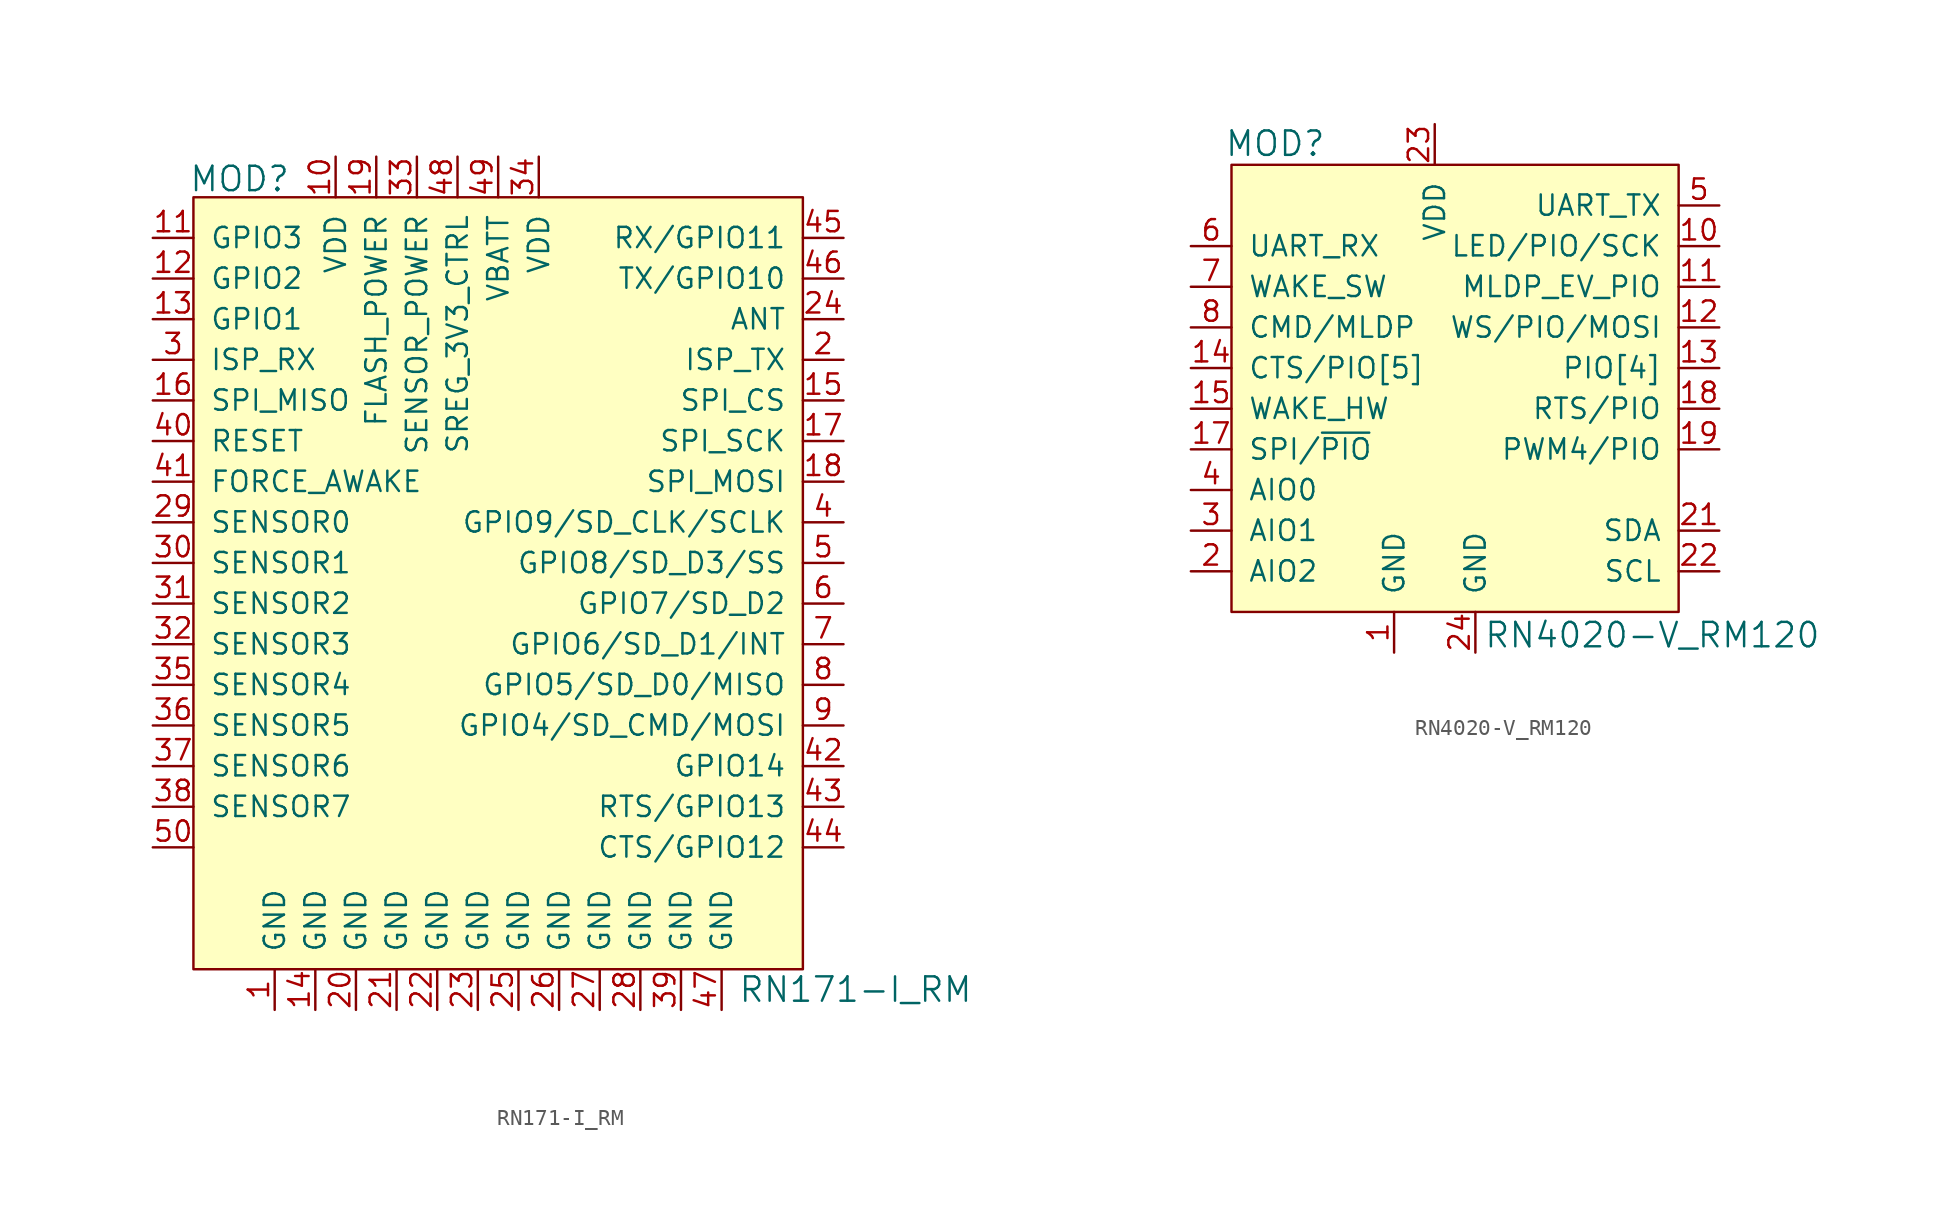
<source format=kicad_sym>
(kicad_symbol_lib
  (version 20201005)
  (generator kicad_symbol_editor)
  (symbol "RN171-I_RM"
    (pin_names
      (offset 1.016))
    (property "Reference" "MOD"
      (at -14.249 16.383 0)
      (effects (font (size 1.524 1.524)) (justify right)))
    (property "Value" "RN171-I_RM"
      (at 13.716 -34.29 0)
      (effects (font (size 1.524 1.524)) (justify left)))
    (symbol "RN171-I_RM_1_1"
      (rectangle (start -20.32 15.24) (end 17.78 -33.02) (stroke (width 0)) (fill (type background)))
      (pin power_in line (at -15.24 -35.56 90) (length 2.54) (name "GND" (effects (font (size 1.27 1.27)))) (number "1" (effects (font (size 1.27 1.27)))))
      (pin output line (at 20.32 5.08 180) (length 2.54) (name "ISP_TX" (effects (font (size 1.27 1.27)))) (number "2" (effects (font (size 1.27 1.27)))))
      (pin input line (at -22.86 5.08 0) (length 2.54) (name "ISP_RX" (effects (font (size 1.27 1.27)))) (number "3" (effects (font (size 1.27 1.27)))))
      (pin bidirectional line (at 20.32 -5.08 180) (length 2.54) (name "GPIO9/SD_CLK/SCLK" (effects (font (size 1.27 1.27)))) (number "4" (effects (font (size 1.27 1.27)))))
      (pin bidirectional line (at 20.32 -7.62 180) (length 2.54) (name "GPIO8/SD_D3/SS" (effects (font (size 1.27 1.27)))) (number "5" (effects (font (size 1.27 1.27)))))
      (pin bidirectional line (at 20.32 -10.16 180) (length 2.54) (name "GPIO7/SD_D2" (effects (font (size 1.27 1.27)))) (number "6" (effects (font (size 1.27 1.27)))))
      (pin bidirectional line (at 20.32 -12.7 180) (length 2.54) (name "GPIO6/SD_D1/INT" (effects (font (size 1.27 1.27)))) (number "7" (effects (font (size 1.27 1.27)))))
      (pin bidirectional line (at 20.32 -15.24 180) (length 2.54) (name "GPIO5/SD_D0/MISO" (effects (font (size 1.27 1.27)))) (number "8" (effects (font (size 1.27 1.27)))))
      (pin bidirectional line (at 20.32 -17.78 180) (length 2.54) (name "GPIO4/SD_CMD/MOSI" (effects (font (size 1.27 1.27)))) (number "9" (effects (font (size 1.27 1.27)))))
      (pin power_in line (at -11.43 17.78 270) (length 2.54) (name "VDD" (effects (font (size 1.27 1.27)))) (number "10" (effects (font (size 1.27 1.27)))))
      (pin power_in line (at -10.16 -35.56 90) (length 2.54) (name "GND" (effects (font (size 1.27 1.27)))) (number "20" (effects (font (size 1.27 1.27)))))
      (pin input line (at -22.86 -7.62 0) (length 2.54) (name "SENSOR1" (effects (font (size 1.27 1.27)))) (number "30" (effects (font (size 1.27 1.27)))))
      (pin input line (at -22.86 0 0) (length 2.54) (name "RESET" (effects (font (size 1.27 1.27)))) (number "40" (effects (font (size 1.27 1.27)))))
      (pin unspecified line (at -22.86 -25.4 0) (length 2.54) (name "~" (effects (font (size 1.27 1.27)))) (number "50" (effects (font (size 1.27 1.27)))))
      (pin bidirectional line (at -22.86 12.7 0) (length 2.54) (name "GPIO3" (effects (font (size 1.27 1.27)))) (number "11" (effects (font (size 1.27 1.27)))))
      (pin power_in line (at -7.62 -35.56 90) (length 2.54) (name "GND" (effects (font (size 1.27 1.27)))) (number "21" (effects (font (size 1.27 1.27)))))
      (pin input line (at -22.86 -10.16 0) (length 2.54) (name "SENSOR2" (effects (font (size 1.27 1.27)))) (number "31" (effects (font (size 1.27 1.27)))))
      (pin input line (at -22.86 -2.54 0) (length 2.54) (name "FORCE_AWAKE" (effects (font (size 1.27 1.27)))) (number "41" (effects (font (size 1.27 1.27)))))
      (pin bidirectional line (at -22.86 10.16 0) (length 2.54) (name "GPIO2" (effects (font (size 1.27 1.27)))) (number "12" (effects (font (size 1.27 1.27)))))
      (pin power_in line (at -5.08 -35.56 90) (length 2.54) (name "GND" (effects (font (size 1.27 1.27)))) (number "22" (effects (font (size 1.27 1.27)))))
      (pin input line (at -22.86 -12.7 0) (length 2.54) (name "SENSOR3" (effects (font (size 1.27 1.27)))) (number "32" (effects (font (size 1.27 1.27)))))
      (pin bidirectional line (at 20.32 -20.32 180) (length 2.54) (name "GPIO14" (effects (font (size 1.27 1.27)))) (number "42" (effects (font (size 1.27 1.27)))))
      (pin bidirectional line (at -22.86 7.62 0) (length 2.54) (name "GPIO1" (effects (font (size 1.27 1.27)))) (number "13" (effects (font (size 1.27 1.27)))))
      (pin power_in line (at -2.54 -35.56 90) (length 2.54) (name "GND" (effects (font (size 1.27 1.27)))) (number "23" (effects (font (size 1.27 1.27)))))
      (pin power_in line (at -6.35 17.78 270) (length 2.54) (name "SENSOR_POWER" (effects (font (size 1.27 1.27)))) (number "33" (effects (font (size 1.27 1.27)))))
      (pin bidirectional line (at 20.32 -22.86 180) (length 2.54) (name "RTS/GPIO13" (effects (font (size 1.27 1.27)))) (number "43" (effects (font (size 1.27 1.27)))))
      (pin power_in line (at -12.7 -35.56 90) (length 2.54) (name "GND" (effects (font (size 1.27 1.27)))) (number "14" (effects (font (size 1.27 1.27)))))
      (pin bidirectional line (at 20.32 7.62 180) (length 2.54) (name "ANT" (effects (font (size 1.27 1.27)))) (number "24" (effects (font (size 1.27 1.27)))))
      (pin power_in line (at 1.27 17.78 270) (length 2.54) (name "VDD" (effects (font (size 1.27 1.27)))) (number "34" (effects (font (size 1.27 1.27)))))
      (pin bidirectional line (at 20.32 -25.4 180) (length 2.54) (name "CTS/GPIO12" (effects (font (size 1.27 1.27)))) (number "44" (effects (font (size 1.27 1.27)))))
      (pin output line (at 20.32 2.54 180) (length 2.54) (name "SPI_CS" (effects (font (size 1.27 1.27)))) (number "15" (effects (font (size 1.27 1.27)))))
      (pin power_in line (at 0 -35.56 90) (length 2.54) (name "GND" (effects (font (size 1.27 1.27)))) (number "25" (effects (font (size 1.27 1.27)))))
      (pin input line (at -22.86 -15.24 0) (length 2.54) (name "SENSOR4" (effects (font (size 1.27 1.27)))) (number "35" (effects (font (size 1.27 1.27)))))
      (pin bidirectional line (at 20.32 12.7 180) (length 2.54) (name "RX/GPIO11" (effects (font (size 1.27 1.27)))) (number "45" (effects (font (size 1.27 1.27)))))
      (pin input line (at -22.86 2.54 0) (length 2.54) (name "SPI_MISO" (effects (font (size 1.27 1.27)))) (number "16" (effects (font (size 1.27 1.27)))))
      (pin power_in line (at 2.54 -35.56 90) (length 2.54) (name "GND" (effects (font (size 1.27 1.27)))) (number "26" (effects (font (size 1.27 1.27)))))
      (pin input line (at -22.86 -17.78 0) (length 2.54) (name "SENSOR5" (effects (font (size 1.27 1.27)))) (number "36" (effects (font (size 1.27 1.27)))))
      (pin bidirectional line (at 20.32 10.16 180) (length 2.54) (name "TX/GPIO10" (effects (font (size 1.27 1.27)))) (number "46" (effects (font (size 1.27 1.27)))))
      (pin output line (at 20.32 0 180) (length 2.54) (name "SPI_SCK" (effects (font (size 1.27 1.27)))) (number "17" (effects (font (size 1.27 1.27)))))
      (pin power_in line (at 5.08 -35.56 90) (length 2.54) (name "GND" (effects (font (size 1.27 1.27)))) (number "27" (effects (font (size 1.27 1.27)))))
      (pin input line (at -22.86 -20.32 0) (length 2.54) (name "SENSOR6" (effects (font (size 1.27 1.27)))) (number "37" (effects (font (size 1.27 1.27)))))
      (pin power_in line (at 12.7 -35.56 90) (length 2.54) (name "GND" (effects (font (size 1.27 1.27)))) (number "47" (effects (font (size 1.27 1.27)))))
      (pin output line (at 20.32 -2.54 180) (length 2.54) (name "SPI_MOSI" (effects (font (size 1.27 1.27)))) (number "18" (effects (font (size 1.27 1.27)))))
      (pin power_in line (at 7.62 -35.56 90) (length 2.54) (name "GND" (effects (font (size 1.27 1.27)))) (number "28" (effects (font (size 1.27 1.27)))))
      (pin input line (at -22.86 -22.86 0) (length 2.54) (name "SENSOR7" (effects (font (size 1.27 1.27)))) (number "38" (effects (font (size 1.27 1.27)))))
      (pin power_in line (at -3.81 17.78 270) (length 2.54) (name "SREG_3V3_CTRL" (effects (font (size 1.27 1.27)))) (number "48" (effects (font (size 1.27 1.27)))))
      (pin power_in line (at -8.89 17.78 270) (length 2.54) (name "FLASH_POWER" (effects (font (size 1.27 1.27)))) (number "19" (effects (font (size 1.27 1.27)))))
      (pin input line (at -22.86 -5.08 0) (length 2.54) (name "SENSOR0" (effects (font (size 1.27 1.27)))) (number "29" (effects (font (size 1.27 1.27)))))
      (pin power_in line (at 10.16 -35.56 90) (length 2.54) (name "GND" (effects (font (size 1.27 1.27)))) (number "39" (effects (font (size 1.27 1.27)))))
      (pin power_in line (at -1.27 17.78 270) (length 2.54) (name "VBATT" (effects (font (size 1.27 1.27)))) (number "49" (effects (font (size 1.27 1.27)))))))
  (symbol "RN4020-V_RM120"
    (pin_names
      (offset 1.016))
    (property "Reference" "MOD"
      (at -6.782 14.021 0)
      (effects (font (size 1.524 1.524)) (justify right)))
    (property "Value" "RN4020-V_RM120"
      (at 3.048 -16.688 0)
      (effects (font (size 1.524 1.524)) (justify left)))
    (symbol "RN4020-V_RM120_0_1"
      (rectangle (start -12.7 12.7) (end 15.24 -15.24) (stroke (width 0)) (fill (type background))))
    (symbol "RN4020-V_RM120_1_1"
      (pin power_in line (at -2.54 -17.78 90) (length 2.54) (name "GND" (effects (font (size 1.27 1.27)))) (number "1" (effects (font (size 1.27 1.27)))))
      (pin bidirectional line (at -15.24 -12.7 0) (length 2.54) (name "AIO2" (effects (font (size 1.27 1.27)))) (number "2" (effects (font (size 1.27 1.27)))))
      (pin bidirectional line (at -15.24 -10.16 0) (length 2.54) (name "AIO1" (effects (font (size 1.27 1.27)))) (number "3" (effects (font (size 1.27 1.27)))))
      (pin bidirectional line (at -15.24 -7.62 0) (length 2.54) (name "AIO0" (effects (font (size 1.27 1.27)))) (number "4" (effects (font (size 1.27 1.27)))))
      (pin output line (at 17.78 10.16 180) (length 2.54) (name "UART_TX" (effects (font (size 1.27 1.27)))) (number "5" (effects (font (size 1.27 1.27)))))
      (pin input line (at -15.24 7.62 0) (length 2.54) (name "UART_RX" (effects (font (size 1.27 1.27)))) (number "6" (effects (font (size 1.27 1.27)))))
      (pin input line (at -15.24 5.08 0) (length 2.54) (name "WAKE_SW" (effects (font (size 1.27 1.27)))) (number "7" (effects (font (size 1.27 1.27)))))
      (pin input line (at -15.24 2.54 0) (length 2.54) (name "CMD/MLDP" (effects (font (size 1.27 1.27)))) (number "8" (effects (font (size 1.27 1.27)))))
      (pin output line (at 17.78 7.62 180) (length 2.54) (name "LED/PIO/SCK" (effects (font (size 1.27 1.27)))) (number "10" (effects (font (size 1.27 1.27)))))
      (pin no_connect line (at 15.24 -7.62 180) (length 2.54) hide (name "RSVD" (effects (font (size 1.27 1.27)))) (number "20" (effects (font (size 1.27 1.27)))))
      (pin output line (at 17.78 5.08 180) (length 2.54) (name "MLDP_EV_PIO" (effects (font (size 1.27 1.27)))) (number "11" (effects (font (size 1.27 1.27)))))
      (pin bidirectional line (at 17.78 -10.16 180) (length 2.54) (name "SDA" (effects (font (size 1.27 1.27)))) (number "21" (effects (font (size 1.27 1.27)))))
      (pin output line (at 17.78 2.54 180) (length 2.54) (name "WS/PIO/MOSI" (effects (font (size 1.27 1.27)))) (number "12" (effects (font (size 1.27 1.27)))))
      (pin bidirectional line (at 17.78 -12.7 180) (length 2.54) (name "SCL" (effects (font (size 1.27 1.27)))) (number "22" (effects (font (size 1.27 1.27)))))
      (pin bidirectional line (at 17.78 0 180) (length 2.54) (name "PIO[4]" (effects (font (size 1.27 1.27)))) (number "13" (effects (font (size 1.27 1.27)))))
      (pin power_in line (at 0 15.24 270) (length 2.54) (name "VDD" (effects (font (size 1.27 1.27)))) (number "23" (effects (font (size 1.27 1.27)))))
      (pin input line (at -15.24 0 0) (length 2.54) (name "CTS/PIO[5]" (effects (font (size 1.27 1.27)))) (number "14" (effects (font (size 1.27 1.27)))))
      (pin power_in line (at 2.54 -17.78 90) (length 2.54) (name "GND" (effects (font (size 1.27 1.27)))) (number "24" (effects (font (size 1.27 1.27)))))
      (pin input line (at -15.24 -2.54 0) (length 2.54) (name "WAKE_HW" (effects (font (size 1.27 1.27)))) (number "15" (effects (font (size 1.27 1.27)))))
      (pin input line (at -15.24 -5.08 0) (length 2.54) (name "SPI/~PIO" (effects (font (size 1.27 1.27)))) (number "17" (effects (font (size 1.27 1.27)))))
      (pin output line (at 17.78 -2.54 180) (length 2.54) (name "RTS/PIO" (effects (font (size 1.27 1.27)))) (number "18" (effects (font (size 1.27 1.27)))))
      (pin bidirectional line (at 17.78 -5.08 180) (length 2.54) (name "PWM4/PIO" (effects (font (size 1.27 1.27)))) (number "19" (effects (font (size 1.27 1.27))))))))
</source>
